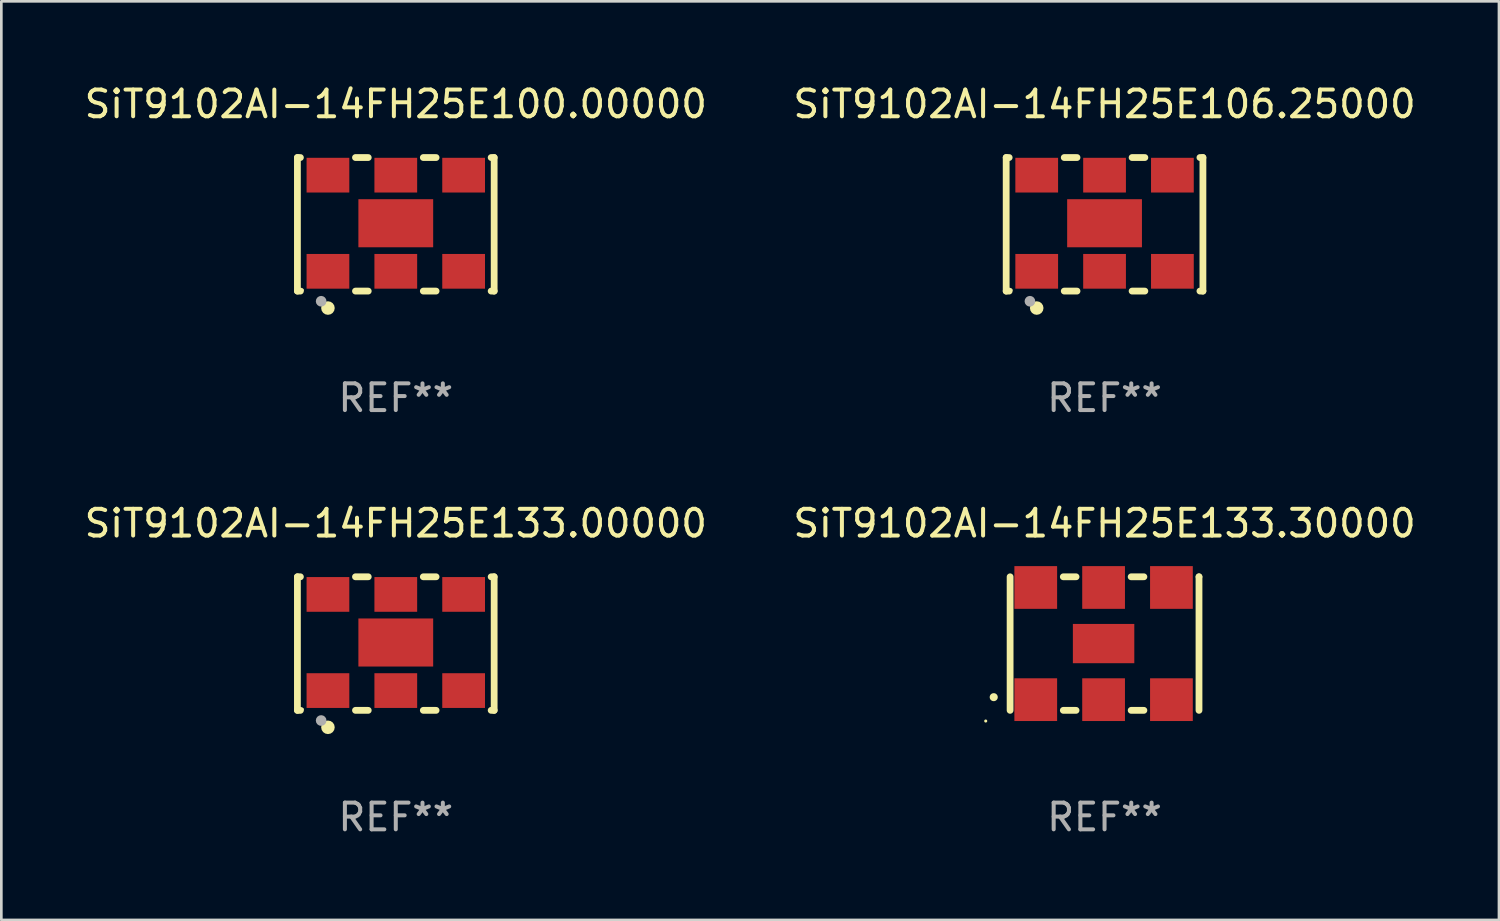
<source format=kicad_pcb>
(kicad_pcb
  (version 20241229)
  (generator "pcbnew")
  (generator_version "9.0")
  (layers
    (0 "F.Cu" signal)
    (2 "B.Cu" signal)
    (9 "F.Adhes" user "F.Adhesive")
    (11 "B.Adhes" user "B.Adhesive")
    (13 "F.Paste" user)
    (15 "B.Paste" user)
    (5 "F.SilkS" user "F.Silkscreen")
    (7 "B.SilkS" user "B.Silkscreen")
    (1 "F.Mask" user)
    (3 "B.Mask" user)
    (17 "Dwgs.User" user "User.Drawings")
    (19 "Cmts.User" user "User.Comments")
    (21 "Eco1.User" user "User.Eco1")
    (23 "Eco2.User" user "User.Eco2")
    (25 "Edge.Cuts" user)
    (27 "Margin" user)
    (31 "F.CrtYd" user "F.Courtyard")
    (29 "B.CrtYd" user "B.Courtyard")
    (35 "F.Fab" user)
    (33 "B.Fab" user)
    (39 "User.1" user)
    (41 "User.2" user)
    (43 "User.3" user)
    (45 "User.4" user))
  (footprint "SiT9102AI-14FH25E106.25000"
    (layer "F.Cu")
    (at 38.304 5.348)
    (property "Reference" "SiT9102AI-14FH25E106.25000" (at 0 -4.5 0) (layer "F.SilkS") (effects (font (size 1 1) (thickness 0.15))))
    (attr through_hole)
    (fp_line (start -3.683 -2.5) (end -3.571 -2.5) (stroke (width 0.254) (type solid)) (layer "F.SilkS"))
    (fp_line (start -3.683 2.5) (end -3.683 -2.5) (stroke (width 0.254) (type solid)) (layer "F.SilkS"))
    (fp_line (start -3.683 2.5) (end -3.571 2.5) (stroke (width 0.254) (type solid)) (layer "F.SilkS"))
    (fp_line (start -1.509 -2.5) (end -1.031 -2.5) (stroke (width 0.254) (type solid)) (layer "F.SilkS"))
    (fp_line (start -1.509 2.5) (end -1.031 2.5) (stroke (width 0.254) (type solid)) (layer "F.SilkS"))
    (fp_line (start 1.031 -2.5) (end 1.509 -2.5) (stroke (width 0.254) (type solid)) (layer "F.SilkS"))
    (fp_line (start 1.031 2.5) (end 1.509 2.5) (stroke (width 0.254) (type solid)) (layer "F.SilkS"))
    (fp_line (start 3.571 -2.5) (end 3.683 -2.5) (stroke (width 0.254) (type solid)) (layer "F.SilkS"))
    (fp_line (start 3.571 2.5) (end 3.683 2.5) (stroke (width 0.254) (type solid)) (layer "F.SilkS"))
    (fp_line (start 3.683 2.5) (end 3.683 -2.5) (stroke (width 0.254) (type solid)) (layer "F.SilkS"))
    (fp_circle (center -3.5 2.46) (end -3.47 2.46) (stroke (width 0.06) (type solid)) (fill no) (layer "F.SilkS"))
    (fp_circle (center -2.54 3.135) (end -2.413 3.135) (stroke (width 0.254) (type solid)) (fill no) (layer "F.SilkS"))
    (fp_circle (center -2.794 2.881) (end -2.694 2.881) (stroke (width 0.2) (type solid)) (fill no) (layer "F.Fab"))
    (fp_text user "REF**" (at 0 6.5 0) (layer "F.Fab") (effects (font (size 1 1) (thickness 0.15))))
    (pad "1" smd rect (at -2.54 1.76) (size 1.6 1.3) (layers "F.Cu" "F.Mask" "F.Paste"))
    (pad "2" smd rect (at 0 1.76) (size 1.6 1.3) (layers "F.Cu" "F.Mask" "F.Paste"))
    (pad "3" smd rect (at 2.54 1.76) (size 1.6 1.3) (layers "F.Cu" "F.Mask" "F.Paste"))
    (pad "4" smd rect (at 2.54 -1.84) (size 1.6 1.3) (layers "F.Cu" "F.Mask" "F.Paste"))
    (pad "5" smd rect (at 0 -1.84) (size 1.6 1.3) (layers "F.Cu" "F.Mask" "F.Paste"))
    (pad "6" smd rect (at -2.54 -1.84) (size 1.6 1.3) (layers "F.Cu" "F.Mask" "F.Paste"))
    (pad "7" smd rect (at 0 -0.04) (size 2.8 1.8) (layers "F.Cu" "F.Mask" "F.Paste")))
  (footprint "SiT9102AI-14FH25E133.00000"
    (layer "F.Cu")
    (at 11.768 21.045)
    (property "Reference" "SiT9102AI-14FH25E133.00000" (at 0 -4.5 0) (layer "F.SilkS") (effects (font (size 1 1) (thickness 0.15))))
    (attr through_hole)
    (fp_line (start -3.683 -2.5) (end -3.571 -2.5) (stroke (width 0.254) (type solid)) (layer "F.SilkS"))
    (fp_line (start -3.683 2.5) (end -3.683 -2.5) (stroke (width 0.254) (type solid)) (layer "F.SilkS"))
    (fp_line (start -3.683 2.5) (end -3.571 2.5) (stroke (width 0.254) (type solid)) (layer "F.SilkS"))
    (fp_line (start -1.509 -2.5) (end -1.031 -2.5) (stroke (width 0.254) (type solid)) (layer "F.SilkS"))
    (fp_line (start -1.509 2.5) (end -1.031 2.5) (stroke (width 0.254) (type solid)) (layer "F.SilkS"))
    (fp_line (start 1.031 -2.5) (end 1.509 -2.5) (stroke (width 0.254) (type solid)) (layer "F.SilkS"))
    (fp_line (start 1.031 2.5) (end 1.509 2.5) (stroke (width 0.254) (type solid)) (layer "F.SilkS"))
    (fp_line (start 3.571 -2.5) (end 3.683 -2.5) (stroke (width 0.254) (type solid)) (layer "F.SilkS"))
    (fp_line (start 3.571 2.5) (end 3.683 2.5) (stroke (width 0.254) (type solid)) (layer "F.SilkS"))
    (fp_line (start 3.683 2.5) (end 3.683 -2.5) (stroke (width 0.254) (type solid)) (layer "F.SilkS"))
    (fp_circle (center -3.5 2.46) (end -3.47 2.46) (stroke (width 0.06) (type solid)) (fill no) (layer "F.SilkS"))
    (fp_circle (center -2.54 3.135) (end -2.413 3.135) (stroke (width 0.254) (type solid)) (fill no) (layer "F.SilkS"))
    (fp_circle (center -2.794 2.881) (end -2.694 2.881) (stroke (width 0.2) (type solid)) (fill no) (layer "F.Fab"))
    (fp_text user "REF**" (at 0 6.5 0) (layer "F.Fab") (effects (font (size 1 1) (thickness 0.15))))
    (pad "1" smd rect (at -2.54 1.76) (size 1.6 1.3) (layers "F.Cu" "F.Mask" "F.Paste"))
    (pad "2" smd rect (at 0 1.76) (size 1.6 1.3) (layers "F.Cu" "F.Mask" "F.Paste"))
    (pad "3" smd rect (at 2.54 1.76) (size 1.6 1.3) (layers "F.Cu" "F.Mask" "F.Paste"))
    (pad "4" smd rect (at 2.54 -1.84) (size 1.6 1.3) (layers "F.Cu" "F.Mask" "F.Paste"))
    (pad "5" smd rect (at 0 -1.84) (size 1.6 1.3) (layers "F.Cu" "F.Mask" "F.Paste"))
    (pad "6" smd rect (at -2.54 -1.84) (size 1.6 1.3) (layers "F.Cu" "F.Mask" "F.Paste"))
    (pad "7" smd rect (at 0 -0.04) (size 2.8 1.8) (layers "F.Cu" "F.Mask" "F.Paste")))
  (footprint "SiT9102AI-14FH25E100.00000"
    (layer "F.Cu")
    (at 11.768 5.348)
    (property "Reference" "SiT9102AI-14FH25E100.00000" (at 0 -4.5 0) (layer "F.SilkS") (effects (font (size 1 1) (thickness 0.15))))
    (attr through_hole)
    (fp_line (start -3.683 -2.5) (end -3.571 -2.5) (stroke (width 0.254) (type solid)) (layer "F.SilkS"))
    (fp_line (start -3.683 2.5) (end -3.683 -2.5) (stroke (width 0.254) (type solid)) (layer "F.SilkS"))
    (fp_line (start -3.683 2.5) (end -3.571 2.5) (stroke (width 0.254) (type solid)) (layer "F.SilkS"))
    (fp_line (start -1.509 -2.5) (end -1.031 -2.5) (stroke (width 0.254) (type solid)) (layer "F.SilkS"))
    (fp_line (start -1.509 2.5) (end -1.031 2.5) (stroke (width 0.254) (type solid)) (layer "F.SilkS"))
    (fp_line (start 1.031 -2.5) (end 1.509 -2.5) (stroke (width 0.254) (type solid)) (layer "F.SilkS"))
    (fp_line (start 1.031 2.5) (end 1.509 2.5) (stroke (width 0.254) (type solid)) (layer "F.SilkS"))
    (fp_line (start 3.571 -2.5) (end 3.683 -2.5) (stroke (width 0.254) (type solid)) (layer "F.SilkS"))
    (fp_line (start 3.571 2.5) (end 3.683 2.5) (stroke (width 0.254) (type solid)) (layer "F.SilkS"))
    (fp_line (start 3.683 2.5) (end 3.683 -2.5) (stroke (width 0.254) (type solid)) (layer "F.SilkS"))
    (fp_circle (center -3.5 2.46) (end -3.47 2.46) (stroke (width 0.06) (type solid)) (fill no) (layer "F.SilkS"))
    (fp_circle (center -2.54 3.135) (end -2.413 3.135) (stroke (width 0.254) (type solid)) (fill no) (layer "F.SilkS"))
    (fp_circle (center -2.794 2.881) (end -2.694 2.881) (stroke (width 0.2) (type solid)) (fill no) (layer "F.Fab"))
    (fp_text user "REF**" (at 0 6.5 0) (layer "F.Fab") (effects (font (size 1 1) (thickness 0.15))))
    (pad "1" smd rect (at -2.54 1.76) (size 1.6 1.3) (layers "F.Cu" "F.Mask" "F.Paste"))
    (pad "2" smd rect (at 0 1.76) (size 1.6 1.3) (layers "F.Cu" "F.Mask" "F.Paste"))
    (pad "3" smd rect (at 2.54 1.76) (size 1.6 1.3) (layers "F.Cu" "F.Mask" "F.Paste"))
    (pad "4" smd rect (at 2.54 -1.84) (size 1.6 1.3) (layers "F.Cu" "F.Mask" "F.Paste"))
    (pad "5" smd rect (at 0 -1.84) (size 1.6 1.3) (layers "F.Cu" "F.Mask" "F.Paste"))
    (pad "6" smd rect (at -2.54 -1.84) (size 1.6 1.3) (layers "F.Cu" "F.Mask" "F.Paste"))
    (pad "7" smd rect (at 0 -0.04) (size 2.8 1.8) (layers "F.Cu" "F.Mask" "F.Paste")))
  (footprint "SiT9102AI-14FH25E133.30000"
    (layer "F.Cu")
    (at 38.304 21.045)
    (property "Reference" "SiT9102AI-14FH25E133.30000" (at 0 -4.5 0) (layer "F.SilkS") (effects (font (size 1 1) (thickness 0.15))))
    (attr through_hole)
    (fp_line (start -3.536 -2.5) (end -3.536 2.5) (stroke (width 0.254) (type solid)) (layer "F.SilkS"))
    (fp_line (start -1.544 2.5) (end -1.067 2.5) (stroke (width 0.254) (type solid)) (layer "F.SilkS"))
    (fp_line (start -1.067 -2.5) (end -1.544 -2.5) (stroke (width 0.254) (type solid)) (layer "F.SilkS"))
    (fp_line (start 0.996 2.5) (end 1.473 2.5) (stroke (width 0.254) (type solid)) (layer "F.SilkS"))
    (fp_line (start 1.473 -2.5) (end 0.996 -2.5) (stroke (width 0.254) (type solid)) (layer "F.SilkS"))
    (fp_line (start 3.536 -2.5) (end 3.536 -2.5) (stroke (width 0.254) (type solid)) (layer "F.SilkS"))
    (fp_line (start 3.536 2.5) (end 3.536 -2.5) (stroke (width 0.254) (type solid)) (layer "F.SilkS"))
    (fp_arc (start -4.150432 2.006604) (mid -4.149162 2.006599) (end -4.147892 2.006604) (stroke (width 0.3) (type solid)) (layer "F.SilkS"))
    (fp_circle (center -4.449 2.9) (end -4.419 2.9) (stroke (width 0.06) (type solid)) (fill no) (layer "F.SilkS"))
    (fp_text user "REF**" (at 0 6.5 0) (layer "F.Fab") (effects (font (size 1 1) (thickness 0.15))))
    (pad "1" smd rect (at -2.576 2.1) (size 1.6 1.6) (layers "F.Cu" "F.Mask" "F.Paste"))
    (pad "2" smd rect (at -0.036 2.1) (size 1.6 1.6) (layers "F.Cu" "F.Mask" "F.Paste"))
    (pad "3" smd rect (at 2.504 2.1) (size 1.6 1.6) (layers "F.Cu" "F.Mask" "F.Paste"))
    (pad "4" smd rect (at 2.504 -2.1) (size 1.6 1.6) (layers "F.Cu" "F.Mask" "F.Paste"))
    (pad "5" smd rect (at -0.036 -2.1) (size 1.6 1.6) (layers "F.Cu" "F.Mask" "F.Paste"))
    (pad "6" smd rect (at -2.576 -2.1) (size 1.6 1.6) (layers "F.Cu" "F.Mask" "F.Paste"))
    (pad "7" smd rect (at -0.036 0) (size 2.3 1.47) (layers "F.Cu" "F.Mask" "F.Paste")))
  (gr_rect
    (start -3 -3)
    (end 53.071 31.393)
    (stroke (width 0.1) (type default))
    (fill no)
    (layer "Edge.Cuts")))
</source>
